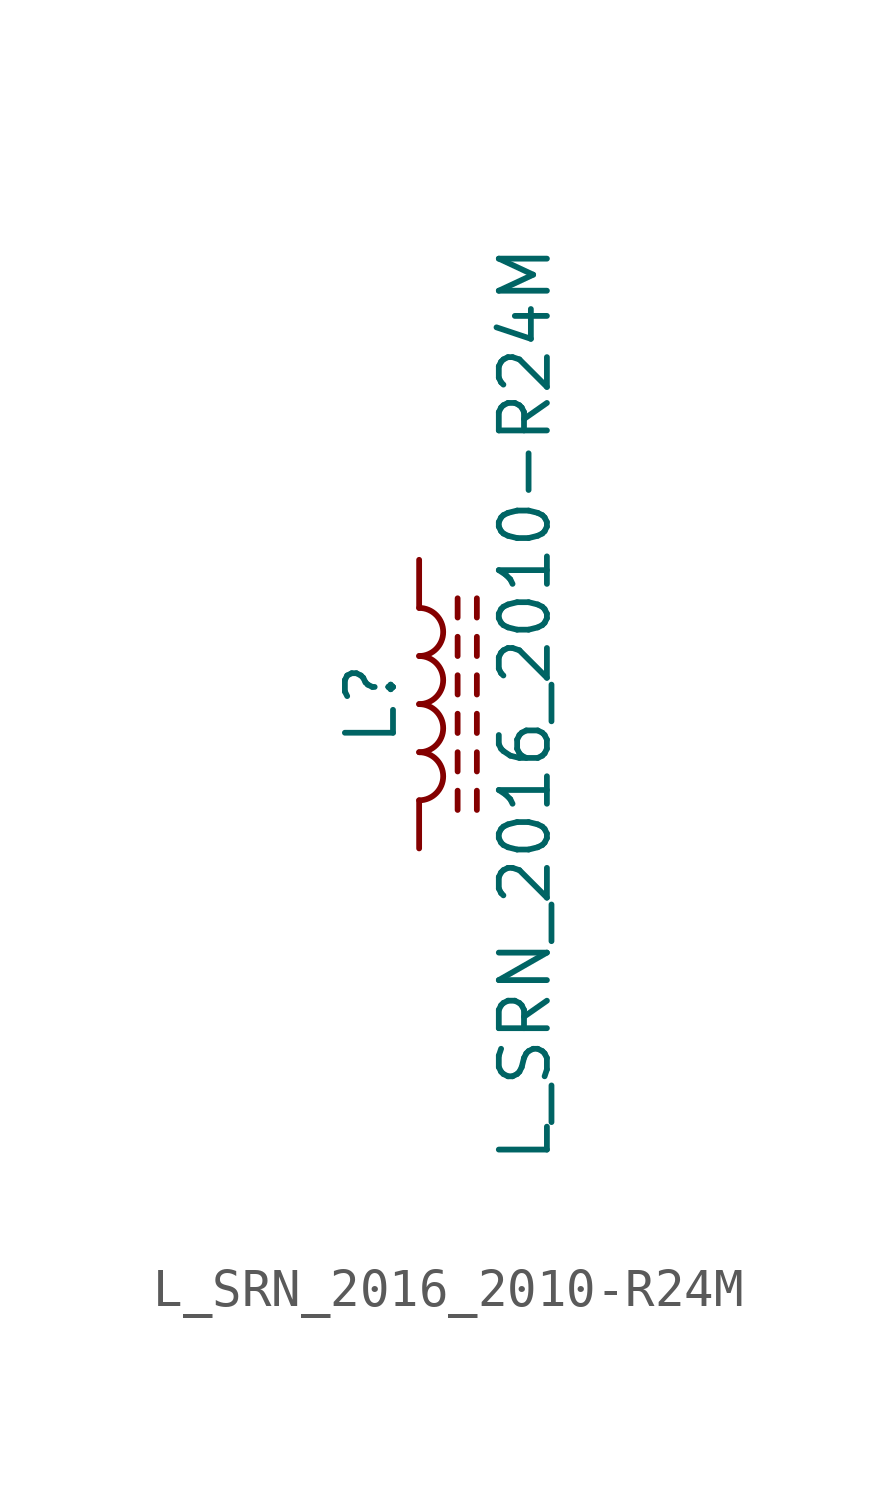
<source format=kicad_sym>
(kicad_symbol_lib
  (version 20211014)
  (generator kicad_symbol_editor)
  (symbol "L_SRN_2016_2010-R24M"
    (pin_numbers hide)
    (pin_names
      (offset 1.016) hide)
    (property "Reference" "L"
      (at -1.27 0 90)
      (effects (font (size 1.27 1.27))))
    (property "Value" "L_SRN_2016_2010-R24M"
      (at 2.794 0 90)
      (effects (font (size 1.27 1.27))))
    (symbol "L_SRN_2016_2010-R24M_0_1"
      (arc (start 0 -2.54) (mid 0.635 -1.905) (end 0 -1.27) (stroke (width 0) (type default) (color 0 0 0 0)) (fill (type none)))
      (arc (start 0 -1.27) (mid 0.635 -0.635) (end 0 0) (stroke (width 0) (type default) (color 0 0 0 0)) (fill (type none)))
      (polyline (pts (xy 1.016 -2.794) (xy 1.016 -2.286)) (stroke (width 0) (type default) (color 0 0 0 0)) (fill (type none)))
      (polyline (pts (xy 1.016 -1.778) (xy 1.016 -1.27)) (stroke (width 0) (type default) (color 0 0 0 0)) (fill (type none)))
      (polyline (pts (xy 1.016 -0.762) (xy 1.016 -0.254)) (stroke (width 0) (type default) (color 0 0 0 0)) (fill (type none)))
      (polyline (pts (xy 1.016 0.254) (xy 1.016 0.762)) (stroke (width 0) (type default) (color 0 0 0 0)) (fill (type none)))
      (polyline (pts (xy 1.016 1.27) (xy 1.016 1.778)) (stroke (width 0) (type default) (color 0 0 0 0)) (fill (type none)))
      (polyline (pts (xy 1.016 2.286) (xy 1.016 2.794)) (stroke (width 0) (type default) (color 0 0 0 0)) (fill (type none)))
      (polyline (pts (xy 1.524 -2.286) (xy 1.524 -2.794)) (stroke (width 0) (type default) (color 0 0 0 0)) (fill (type none)))
      (polyline (pts (xy 1.524 -1.27) (xy 1.524 -1.778)) (stroke (width 0) (type default) (color 0 0 0 0)) (fill (type none)))
      (polyline (pts (xy 1.524 -0.254) (xy 1.524 -0.762)) (stroke (width 0) (type default) (color 0 0 0 0)) (fill (type none)))
      (polyline (pts (xy 1.524 0.762) (xy 1.524 0.254)) (stroke (width 0) (type default) (color 0 0 0 0)) (fill (type none)))
      (polyline (pts (xy 1.524 1.778) (xy 1.524 1.27)) (stroke (width 0) (type default) (color 0 0 0 0)) (fill (type none)))
      (polyline (pts (xy 1.524 2.794) (xy 1.524 2.286)) (stroke (width 0) (type default) (color 0 0 0 0)) (fill (type none)))
      (arc (start 0 0) (mid 0.635 0.635) (end 0 1.27) (stroke (width 0) (type default) (color 0 0 0 0)) (fill (type none)))
      (arc (start 0 1.27) (mid 0.635 1.905) (end 0 2.54) (stroke (width 0) (type default) (color 0 0 0 0)) (fill (type none))))
    (symbol "L_SRN_2016_2010-R24M_1_1"
      (pin passive line (at 0 3.81 270) (length 1.27) (name "1" (effects (font (size 1.27 1.27)))) (number "1" (effects (font (size 1.27 1.27)))))
      (pin passive line (at 0 -3.81 90) (length 1.27) (name "2" (effects (font (size 1.27 1.27)))) (number "2" (effects (font (size 1.27 1.27))))))))
</source>
